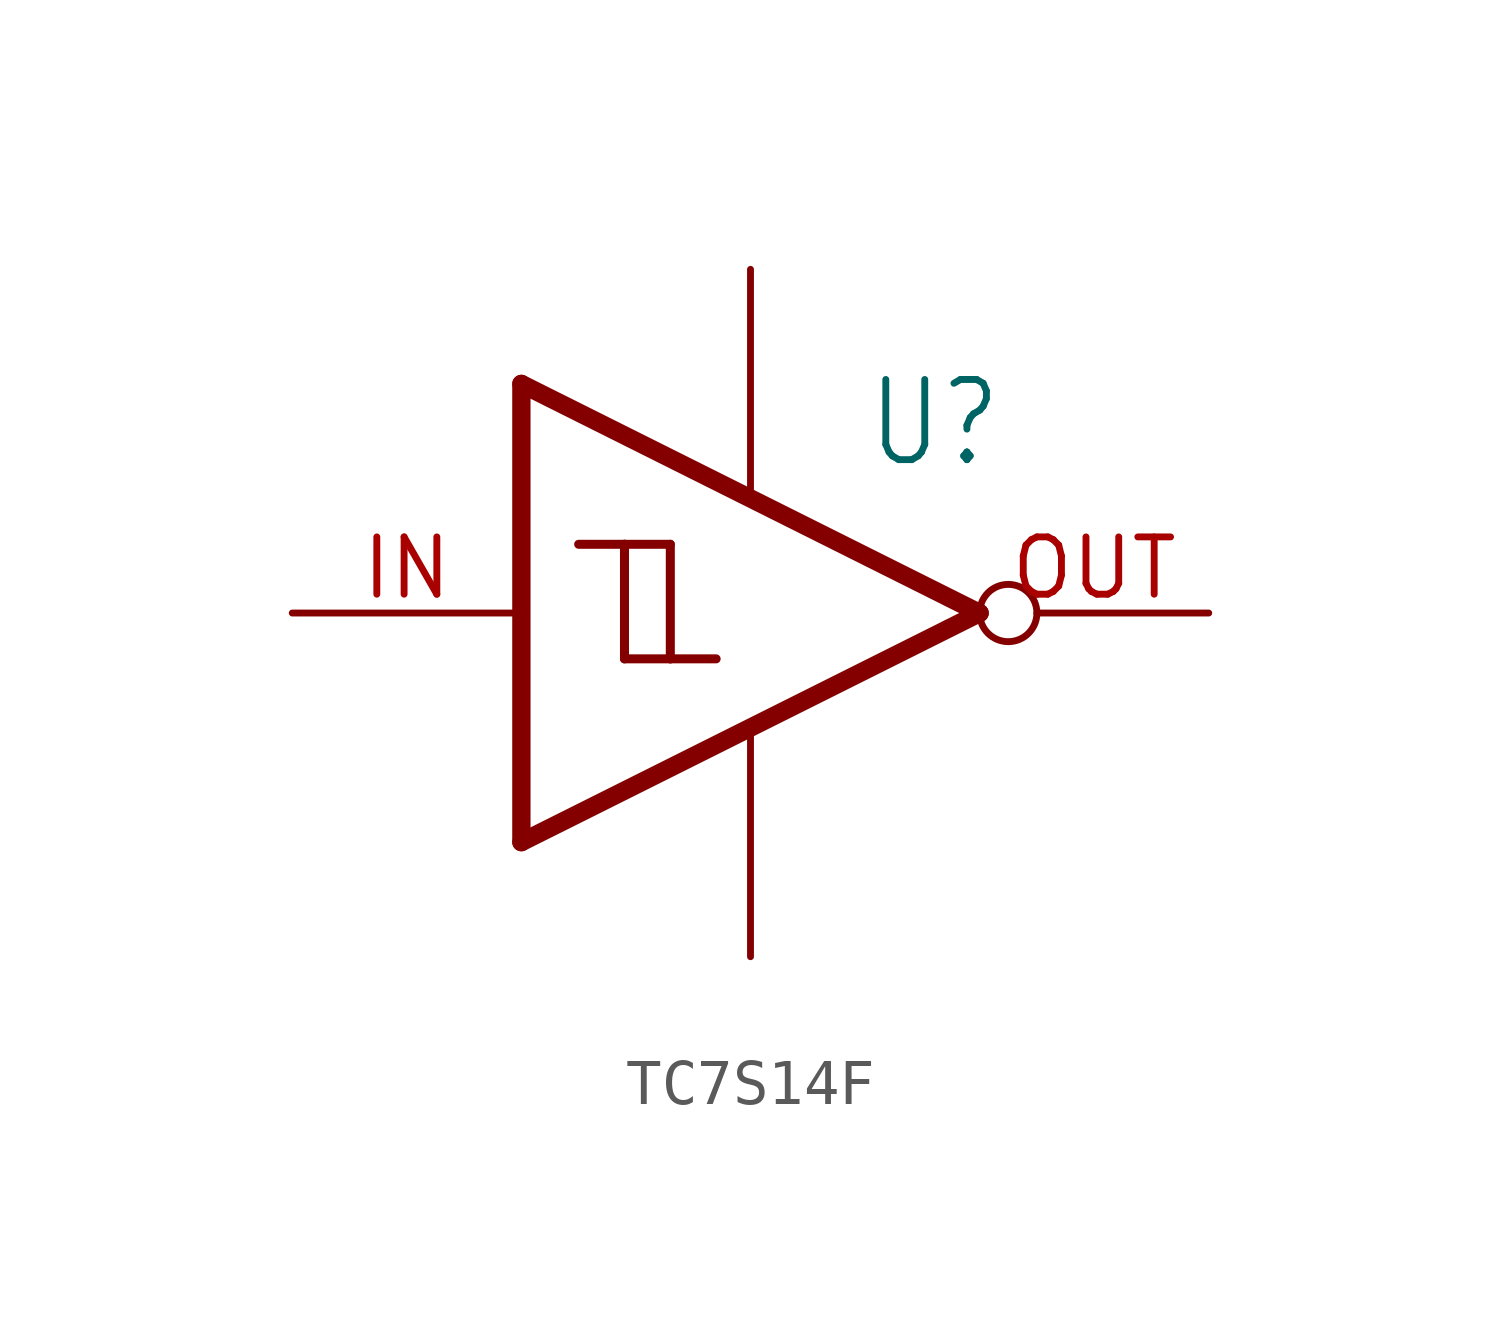
<source format=kicad_sym>
(kicad_symbol_lib
  (version 20220914)
  (generator kicad_symbol_editor)
  (symbol "TC7S14F"
    (property "Reference" "U"
      (at 2.54 3.175 0)
      (effects (font (size 1.778 1.511)) (justify left bottom)))
    (property "Value" ""
      (at 2.54 -5.08 0)
      (effects (font (size 1.778 1.511)) (justify left bottom)))
    (property "ki_locked" ""
      (at 0 0 0)
      (effects (font (size 1.27 1.27))))
    (symbol "TC7S14F_1_0"
      (polyline (pts (xy -5.08 -5.08) (xy -5.08 5.08)) (stroke (width 0.406) (type solid)) (fill (type none)))
      (polyline (pts (xy -5.08 5.08) (xy 5.08 0)) (stroke (width 0.406) (type solid)) (fill (type none)))
      (polyline (pts (xy -3.81 1.524) (xy -2.794 1.524)) (stroke (width 0.2) (type solid)) (fill (type none)))
      (polyline (pts (xy -2.794 -1.016) (xy -1.778 -1.016)) (stroke (width 0.2) (type solid)) (fill (type none)))
      (polyline (pts (xy -2.794 1.524) (xy -2.794 -1.016)) (stroke (width 0.2) (type solid)) (fill (type none)))
      (polyline (pts (xy -2.794 1.524) (xy -1.778 1.524)) (stroke (width 0.2) (type solid)) (fill (type none)))
      (polyline (pts (xy -1.778 -1.016) (xy -0.762 -1.016)) (stroke (width 0.2) (type solid)) (fill (type none)))
      (polyline (pts (xy -1.778 1.524) (xy -1.778 -1.016)) (stroke (width 0.2) (type solid)) (fill (type none)))
      (polyline (pts (xy 5.08 0) (xy -5.08 -5.08)) (stroke (width 0.406) (type solid)) (fill (type none)))
      (pin bidirectional line (at 0 -7.62 90) (length 5.08) (name "GND" (effects (font (size 0 0)))) (number "GND" (effects (font (size 0 0)))))
      (pin input line (at -10.16 0 0) (length 5.08) (name "I" (effects (font (size 0 0)))) (number "IN" (effects (font (size 1.27 1.27)))))
      (pin open_collector inverted (at 10.16 0 180) (length 5.08) (name "O" (effects (font (size 0 0)))) (number "OUT" (effects (font (size 1.27 1.27)))))
      (pin bidirectional line (at 0 7.62 270) (length 5.08) (name "VCC" (effects (font (size 0 0)))) (number "VCC" (effects (font (size 0 0))))))))
</source>
